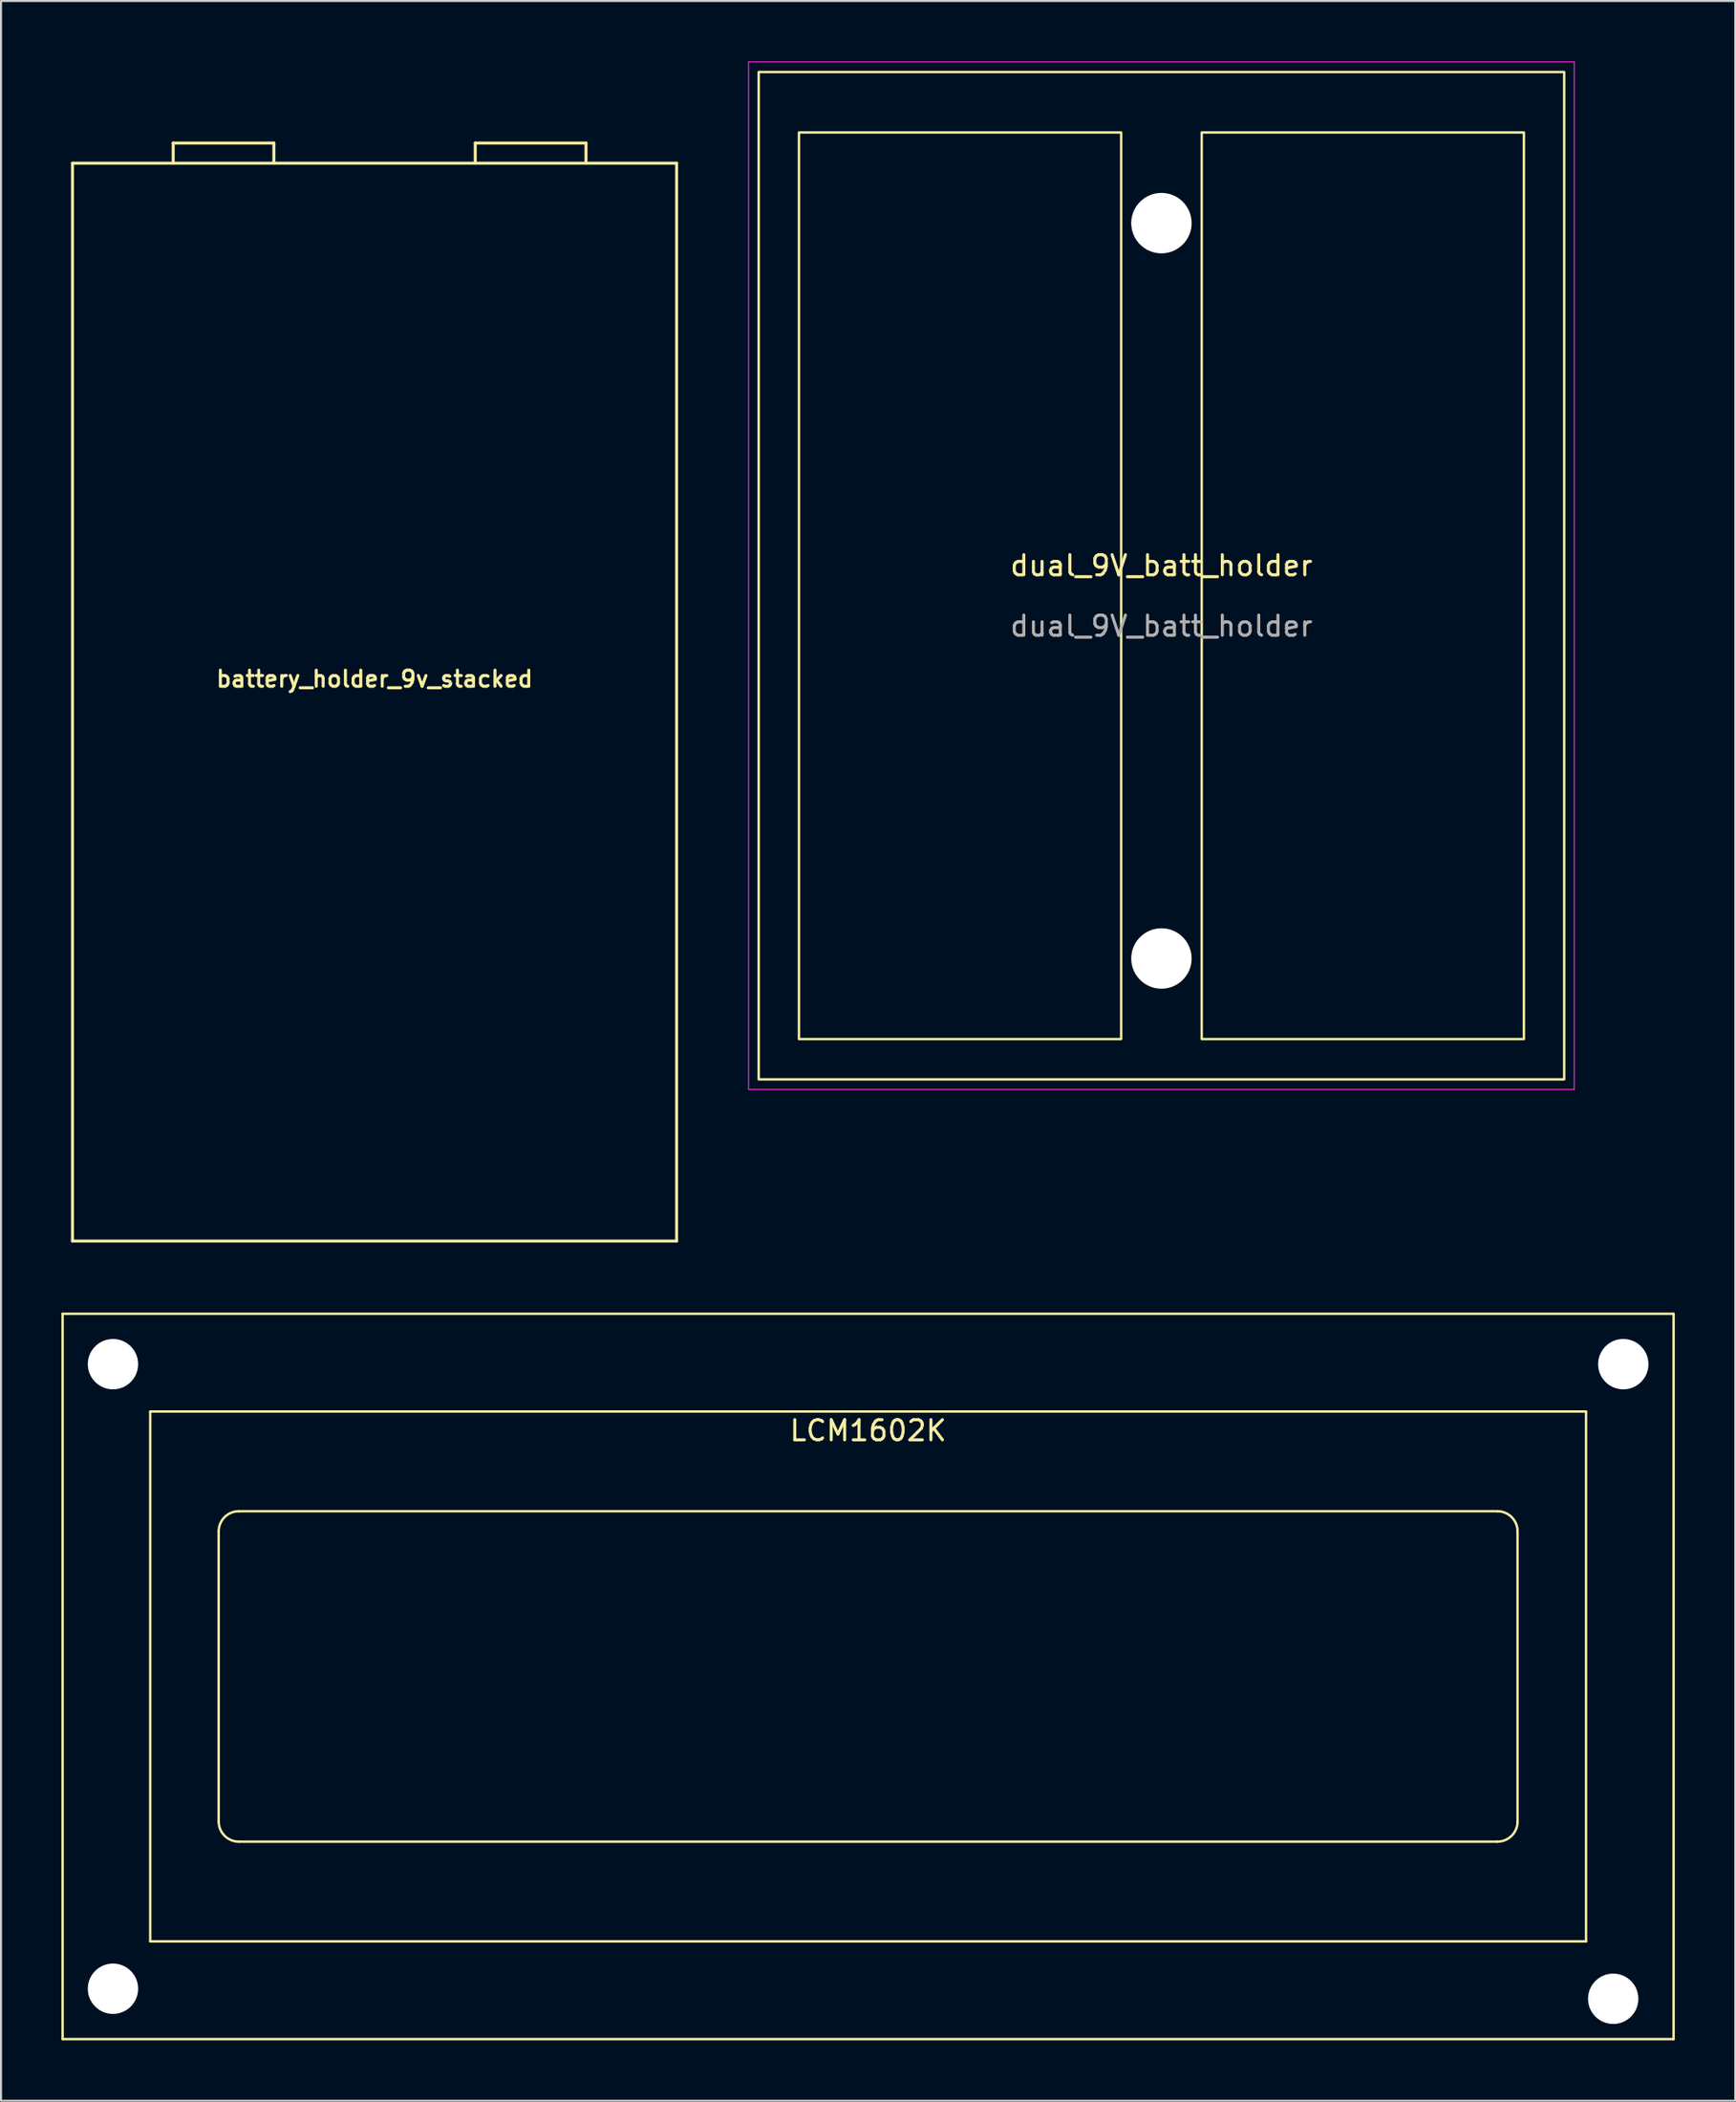
<source format=kicad_pcb>
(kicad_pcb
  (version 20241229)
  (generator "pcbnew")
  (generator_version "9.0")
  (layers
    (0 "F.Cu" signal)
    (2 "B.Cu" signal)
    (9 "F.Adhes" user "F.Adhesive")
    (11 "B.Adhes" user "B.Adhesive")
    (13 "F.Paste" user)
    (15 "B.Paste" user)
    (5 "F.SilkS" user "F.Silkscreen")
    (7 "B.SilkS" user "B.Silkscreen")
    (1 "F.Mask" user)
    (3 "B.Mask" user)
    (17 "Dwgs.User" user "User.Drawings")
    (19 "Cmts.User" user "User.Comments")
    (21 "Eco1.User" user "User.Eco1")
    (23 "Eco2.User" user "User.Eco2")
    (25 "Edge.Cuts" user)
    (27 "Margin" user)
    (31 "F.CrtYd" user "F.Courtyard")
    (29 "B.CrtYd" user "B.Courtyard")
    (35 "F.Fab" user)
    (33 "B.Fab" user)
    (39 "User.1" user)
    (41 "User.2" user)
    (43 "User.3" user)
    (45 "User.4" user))
  (footprint "LCM1602K"
    (layer "F.Cu")
    (at 40.06 80.16)
    (property "Reference" "LCM1602K" (at 0 -12.2 0) (layer "F.SilkS") (effects (font (size 1 1) (thickness 0.15))))
    (attr through_hole)
    (fp_line (start -40 -18) (end 40 -18) (stroke (width 0.12) (type solid)) (layer "F.SilkS"))
    (fp_line (start -40 18) (end -40 -18) (stroke (width 0.12) (type solid)) (layer "F.SilkS"))
    (fp_line (start -35.65 -13.15) (end 35.65 -13.15) (stroke (width 0.12) (type solid)) (layer "F.SilkS"))
    (fp_line (start -35.65 13.15) (end -35.65 -13.15) (stroke (width 0.12) (type solid)) (layer "F.SilkS"))
    (fp_line (start -32.25 -7.2) (end -32.25 7.2) (stroke (width 0.12) (type solid)) (layer "F.SilkS"))
    (fp_line (start -31.25 8.2) (end 31.25 8.2) (stroke (width 0.12) (type solid)) (layer "F.SilkS"))
    (fp_line (start 31.25 -8.2) (end -31.25 -8.2) (stroke (width 0.12) (type solid)) (layer "F.SilkS"))
    (fp_line (start 32.25 7.2) (end 32.25 -7.2) (stroke (width 0.12) (type solid)) (layer "F.SilkS"))
    (fp_line (start 35.65 -13.15) (end 35.65 13.15) (stroke (width 0.12) (type solid)) (layer "F.SilkS"))
    (fp_line (start 35.65 13.15) (end -35.65 13.15) (stroke (width 0.12) (type solid)) (layer "F.SilkS"))
    (fp_line (start 40 -18) (end 40 18) (stroke (width 0.12) (type solid)) (layer "F.SilkS"))
    (fp_line (start 40 18) (end -40 18) (stroke (width 0.12) (type solid)) (layer "F.SilkS"))
    (fp_arc (start -32.25 -7.2) (mid -31.957107 -7.907107) (end -31.25 -8.2) (stroke (width 0.12) (type solid)) (layer "F.SilkS"))
    (fp_arc (start -31.25 8.2) (mid -31.957107 7.907107) (end -32.25 7.2) (stroke (width 0.12) (type solid)) (layer "F.SilkS"))
    (fp_arc (start 31.25 -8.2) (mid 31.957107 -7.907107) (end 32.25 -7.2) (stroke (width 0.12) (type solid)) (layer "F.SilkS"))
    (fp_arc (start 32.25 7.2) (mid 31.957107 7.907107) (end 31.25 8.2) (stroke (width 0.12) (type solid)) (layer "F.SilkS"))
    (pad "" np_thru_hole circle (at -37.5 -15.5) (size 2.5 2.5) (drill 2.5) (layers "*.Cu" "*.Mask"))
    (pad "" np_thru_hole circle (at -37.5 15.5) (size 2.5 2.5) (drill 2.5) (layers "*.Cu" "*.Mask"))
    (pad "" np_thru_hole circle (at 37 16) (size 2.5 2.5) (drill 2.5) (layers "*.Cu" "*.Mask"))
    (pad "" np_thru_hole circle (at 37.5 -15.5) (size 2.5 2.5) (drill 2.5) (layers "*.Cu" "*.Mask")))
  (footprint "dual_9V_batt_holder"
    (layer "F.Cu")
    (at 54.625 25.525)
    (property "Reference" "dual_9V_batt_holder" (at 0 -0.5 0) (unlocked yes) (layer "F.SilkS") (effects (font (size 1 1) (thickness 0.15))))
    (attr smd)
    (fp_rect (start -20 -25) (end 20 25) (stroke (width 0.12) (type solid)) (fill no) (layer "F.SilkS"))
    (fp_rect (start -18 -22) (end -2 23) (stroke (width 0.12) (type solid)) (fill no) (layer "F.SilkS"))
    (fp_rect (start 2 -22) (end 18 23) (stroke (width 0.12) (type solid)) (fill no) (layer "F.SilkS"))
    (fp_line (start -20.5 -25.5) (end 20.5 -25.5) (stroke (width 0.05) (type solid)) (layer "F.CrtYd"))
    (fp_line (start -20.5 25.5) (end -20.5 -25.5) (stroke (width 0.05) (type solid)) (layer "F.CrtYd"))
    (fp_line (start 20.5 -25.5) (end 20.5 25.5) (stroke (width 0.05) (type solid)) (layer "F.CrtYd"))
    (fp_line (start 20.5 25.5) (end -20.5 25.5) (stroke (width 0.05) (type solid)) (layer "F.CrtYd"))
    (fp_text user "${REFERENCE}" (at 0 2.5 0) (unlocked yes) (layer "F.Fab") (effects (font (size 1 1) (thickness 0.15))))
    (pad "" np_thru_hole circle (at 0 -17.5) (size 3 3) (drill 3) (layers "*.Cu" "*.Mask"))
    (pad "" np_thru_hole circle (at 0 19) (size 3 3) (drill 3) (layers "*.Cu" "*.Mask")))
  (footprint "battery_holder_9v_stacked"
    (layer "F.Cu")
    (at 15.55 31.05)
    (property "Reference" "battery_holder_9v_stacked" (at 0 -0.4 0) (unlocked yes) (layer "F.SilkS") (effects (font (size 0.8 0.8) (thickness 0.15))))
    (attr smd)
    (fp_line (start -15 -26) (end -15 27.5) (stroke (width 0.15) (type default)) (layer "F.SilkS"))
    (fp_line (start -15 27.5) (end 15 27.5) (stroke (width 0.15) (type default)) (layer "F.SilkS"))
    (fp_line (start -10 -27) (end -5 -27) (stroke (width 0.15) (type default)) (layer "F.SilkS"))
    (fp_line (start -10 -26) (end -10 -27) (stroke (width 0.15) (type default)) (layer "F.SilkS"))
    (fp_line (start -5 -27) (end -5 -26) (stroke (width 0.15) (type default)) (layer "F.SilkS"))
    (fp_line (start 5 -27) (end 5 -26) (stroke (width 0.15) (type default)) (layer "F.SilkS"))
    (fp_line (start 10.5 -27) (end 5 -27) (stroke (width 0.15) (type default)) (layer "F.SilkS"))
    (fp_line (start 10.5 -26) (end 10.5 -27) (stroke (width 0.15) (type default)) (layer "F.SilkS"))
    (fp_line (start 15 -26) (end -15 -26) (stroke (width 0.15) (type default)) (layer "F.SilkS"))
    (fp_line (start 15 27.5) (end 15 -26) (stroke (width 0.15) (type default)) (layer "F.SilkS"))
    (fp_line (start -15.5 -28) (end -15.5 28) (stroke (width 0.1) (type default)) (layer "Margin"))
    (fp_line (start -15.5 -28) (end -13.5 -28) (stroke (width 0.1) (type default)) (layer "Margin"))
    (fp_line (start -15.5 28) (end 15.5 28) (stroke (width 0.1) (type default)) (layer "Margin"))
    (fp_line (start -13.5 -28) (end -13.5 -31) (stroke (width 0.1) (type default)) (layer "Margin"))
    (fp_line (start 13.5 -31) (end -13.5 -31) (stroke (width 0.1) (type default)) (layer "Margin"))
    (fp_line (start 13.5 -28) (end 13.5 -31) (stroke (width 0.1) (type default)) (layer "Margin"))
    (fp_line (start 15.5 -28) (end 13.5 -28) (stroke (width 0.1) (type default)) (layer "Margin"))
    (fp_line (start 15.5 28) (end 15.5 -28) (stroke (width 0.1) (type default)) (layer "Margin")))
  (gr_rect
    (start -3 -3)
    (end 83.12 101.22)
    (stroke (width 0.1) (type default))
    (fill no)
    (layer "Edge.Cuts")))
</source>
